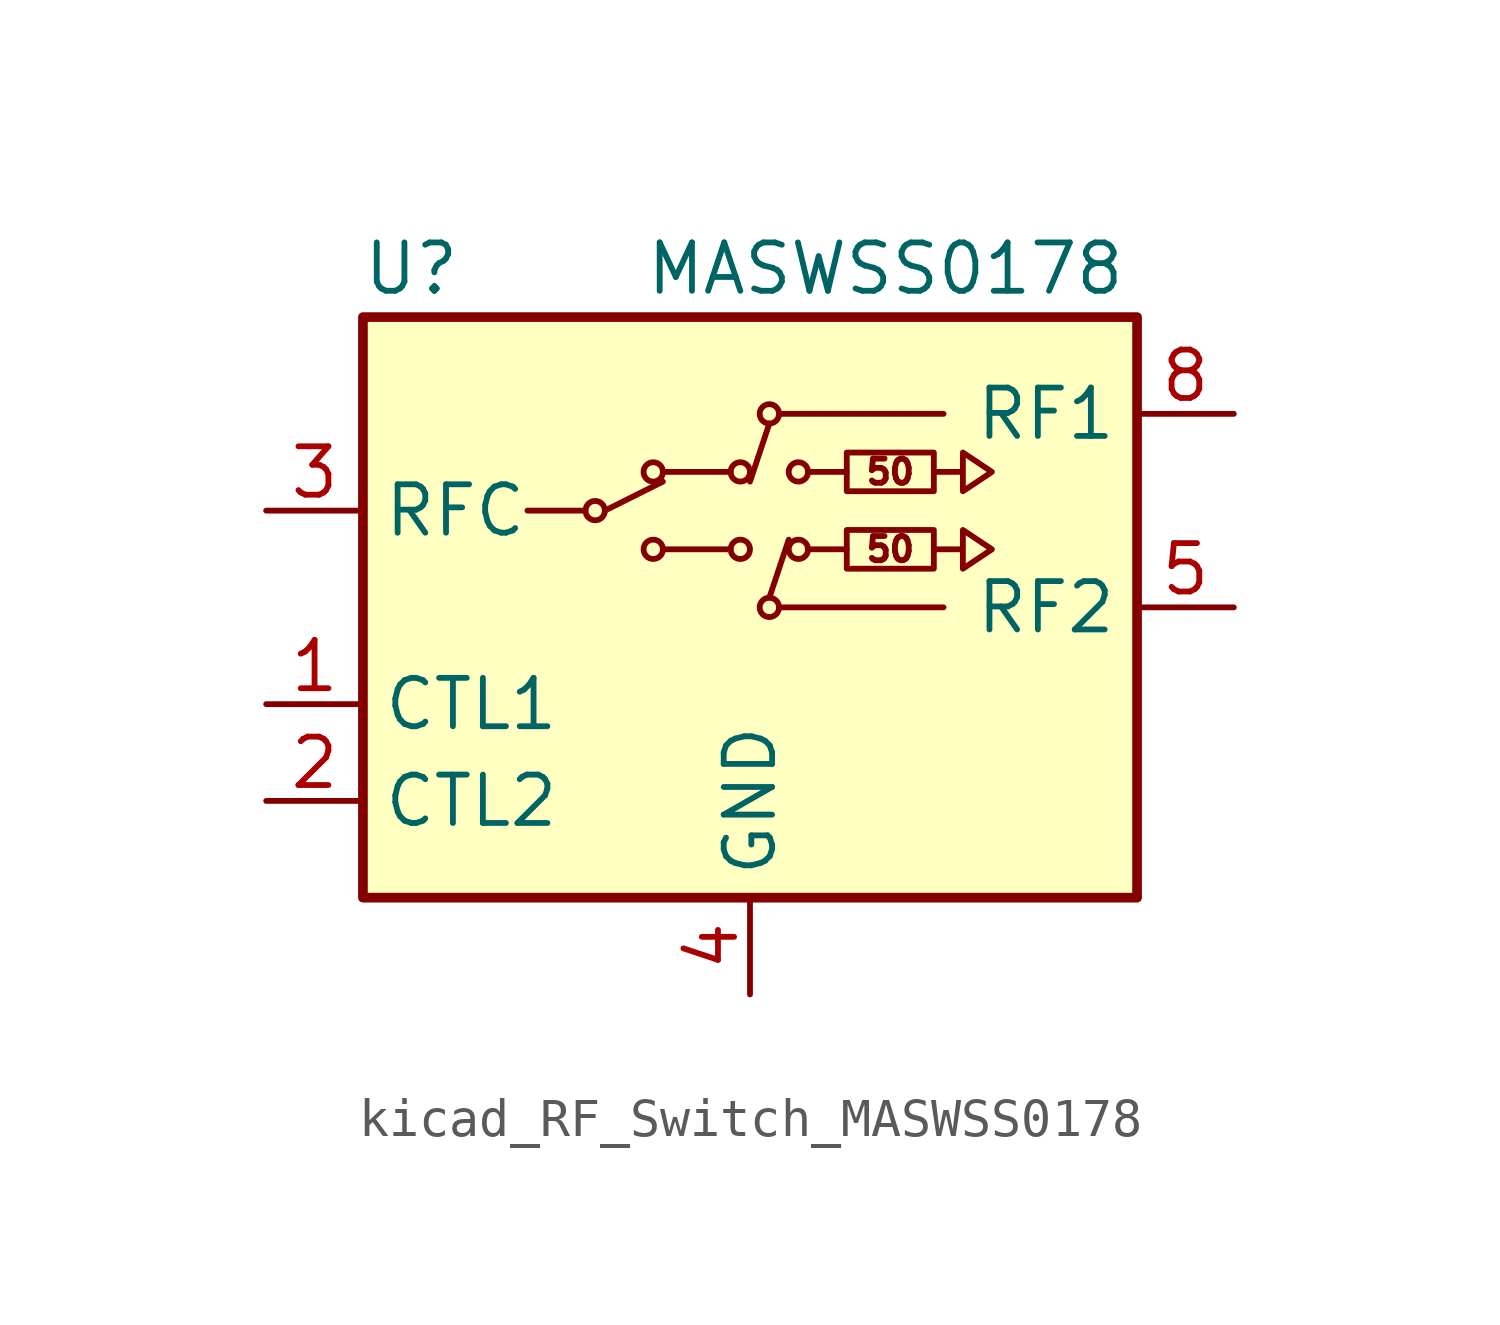
<source format=kicad_sym>
(kicad_symbol_lib
  (version 20220914)
  (generator kicad_symbol_editor)
  (symbol "kicad_RF_Switch_MASWSS0178"
    (property "Reference" "U"
      (at -8.89 8.89 0)
      (effects (font (size 1.27 1.27))))
    (property "Value" "MASWSS0178"
      (at 3.556 8.89 0)
      (effects (font (size 1.27 1.27))))
    (symbol "kicad_RF_Switch_MASWSS0178_0_1"
      (polyline (pts (xy -4.318 2.54) (xy -5.842 2.54)) (stroke (width 0) (type default)) (fill (type none)))
      (polyline (pts (xy -2.286 1.524) (xy -0.508 1.524)) (stroke (width 0) (type default)) (fill (type none)))
      (polyline (pts (xy -0.508 3.556) (xy -2.286 3.556)) (stroke (width 0) (type default)) (fill (type none))))
    (symbol "kicad_RF_Switch_MASWSS0178_1_1"
      (rectangle (start -10.16 7.62) (end 10.16 -7.62) (stroke (width 0.254) (type default)) (fill (type background)))
      (circle (center -4.064 2.54) (radius 0.254) (stroke (width 0) (type default)) (fill (type none)))
      (circle (center -2.54 1.524) (radius 0.254) (stroke (width 0) (type default)) (fill (type none)))
      (circle (center -2.54 3.556) (radius 0.254) (stroke (width 0) (type default)) (fill (type none)))
      (circle (center -0.254 1.524) (radius 0.254) (stroke (width 0) (type default)) (fill (type none)))
      (circle (center -0.254 3.556) (radius 0.254) (stroke (width 0) (type default)) (fill (type none)))
      (polyline (pts (xy -3.81 2.54) (xy -2.286 3.302)) (stroke (width 0) (type default)) (fill (type none)))
      (polyline (pts (xy 0.508 0.254) (xy 1.016 1.778)) (stroke (width 0) (type default)) (fill (type none)))
      (polyline (pts (xy 0.508 4.826) (xy 0 3.302)) (stroke (width 0) (type default)) (fill (type none)))
      (polyline (pts (xy 0.762 0) (xy 5.08 0)) (stroke (width 0) (type default)) (fill (type none)))
      (polyline (pts (xy 0.762 5.08) (xy 5.08 5.08)) (stroke (width 0) (type default)) (fill (type none)))
      (polyline (pts (xy 1.524 1.524) (xy 2.54 1.524)) (stroke (width 0) (type default)) (fill (type none)))
      (polyline (pts (xy 1.524 3.556) (xy 2.54 3.556)) (stroke (width 0) (type default)) (fill (type none)))
      (polyline (pts (xy 4.826 1.524) (xy 5.588 1.524) (xy 5.588 1.016) (xy 6.35 1.524) (xy 5.588 2.032) (xy 5.588 1.524)) (stroke (width 0) (type default)) (fill (type none)))
      (polyline (pts (xy 4.826 3.556) (xy 5.588 3.556) (xy 5.588 3.048) (xy 6.35 3.556) (xy 5.588 4.064) (xy 5.588 3.556)) (stroke (width 0) (type default)) (fill (type none)))
      (circle (center 0.508 0) (radius 0.254) (stroke (width 0) (type default)) (fill (type none)))
      (circle (center 0.508 5.08) (radius 0.254) (stroke (width 0) (type default)) (fill (type none)))
      (circle (center 1.27 1.524) (radius 0.254) (stroke (width 0) (type default)) (fill (type none)))
      (circle (center 1.27 3.556) (radius 0.254) (stroke (width 0) (type default)) (fill (type none)))
      (rectangle (start 2.54 1.016) (end 4.826 2.032) (stroke (width 0) (type default)) (fill (type none)))
      (rectangle (start 2.54 3.048) (end 4.826 4.064) (stroke (width 0) (type default)) (fill (type none)))
      (text "50" (at 3.683 1.524 0) (effects (font (size 0.635 0.635))))
      (text "50" (at 3.683 3.556 0) (effects (font (size 0.635 0.635))))
      (pin input line (at -12.7 -2.54 0) (length 2.54) (name "CTL1" (effects (font (size 1.27 1.27)))) (number "1" (effects (font (size 1.27 1.27)))))
      (pin input line (at -12.7 -5.08 0) (length 2.54) (name "CTL2" (effects (font (size 1.27 1.27)))) (number "2" (effects (font (size 1.27 1.27)))))
      (pin passive line (at -12.7 2.54 0) (length 2.54) (name "RFC" (effects (font (size 1.27 1.27)))) (number "3" (effects (font (size 1.27 1.27)))))
      (pin power_in line (at 0 -10.16 90) (length 2.54) (name "GND" (effects (font (size 1.27 1.27)))) (number "4" (effects (font (size 1.27 1.27)))))
      (pin passive line (at 12.7 0 180) (length 2.54) (name "RF2" (effects (font (size 1.27 1.27)))) (number "5" (effects (font (size 1.27 1.27)))))
      (pin passive line (at 0 -10.16 90) (length 2.54) hide (name "GND" (effects (font (size 1.27 1.27)))) (number "6" (effects (font (size 1.27 1.27)))))
      (pin passive line (at 0 -10.16 90) (length 2.54) hide (name "GND" (effects (font (size 1.27 1.27)))) (number "7" (effects (font (size 1.27 1.27)))))
      (pin passive line (at 12.7 5.08 180) (length 2.54) (name "RF1" (effects (font (size 1.27 1.27)))) (number "8" (effects (font (size 1.27 1.27)))))
      (pin passive line (at 0 -10.16 90) (length 2.54) hide (name "GND" (effects (font (size 1.27 1.27)))) (number "9" (effects (font (size 1.27 1.27))))))))
</source>
